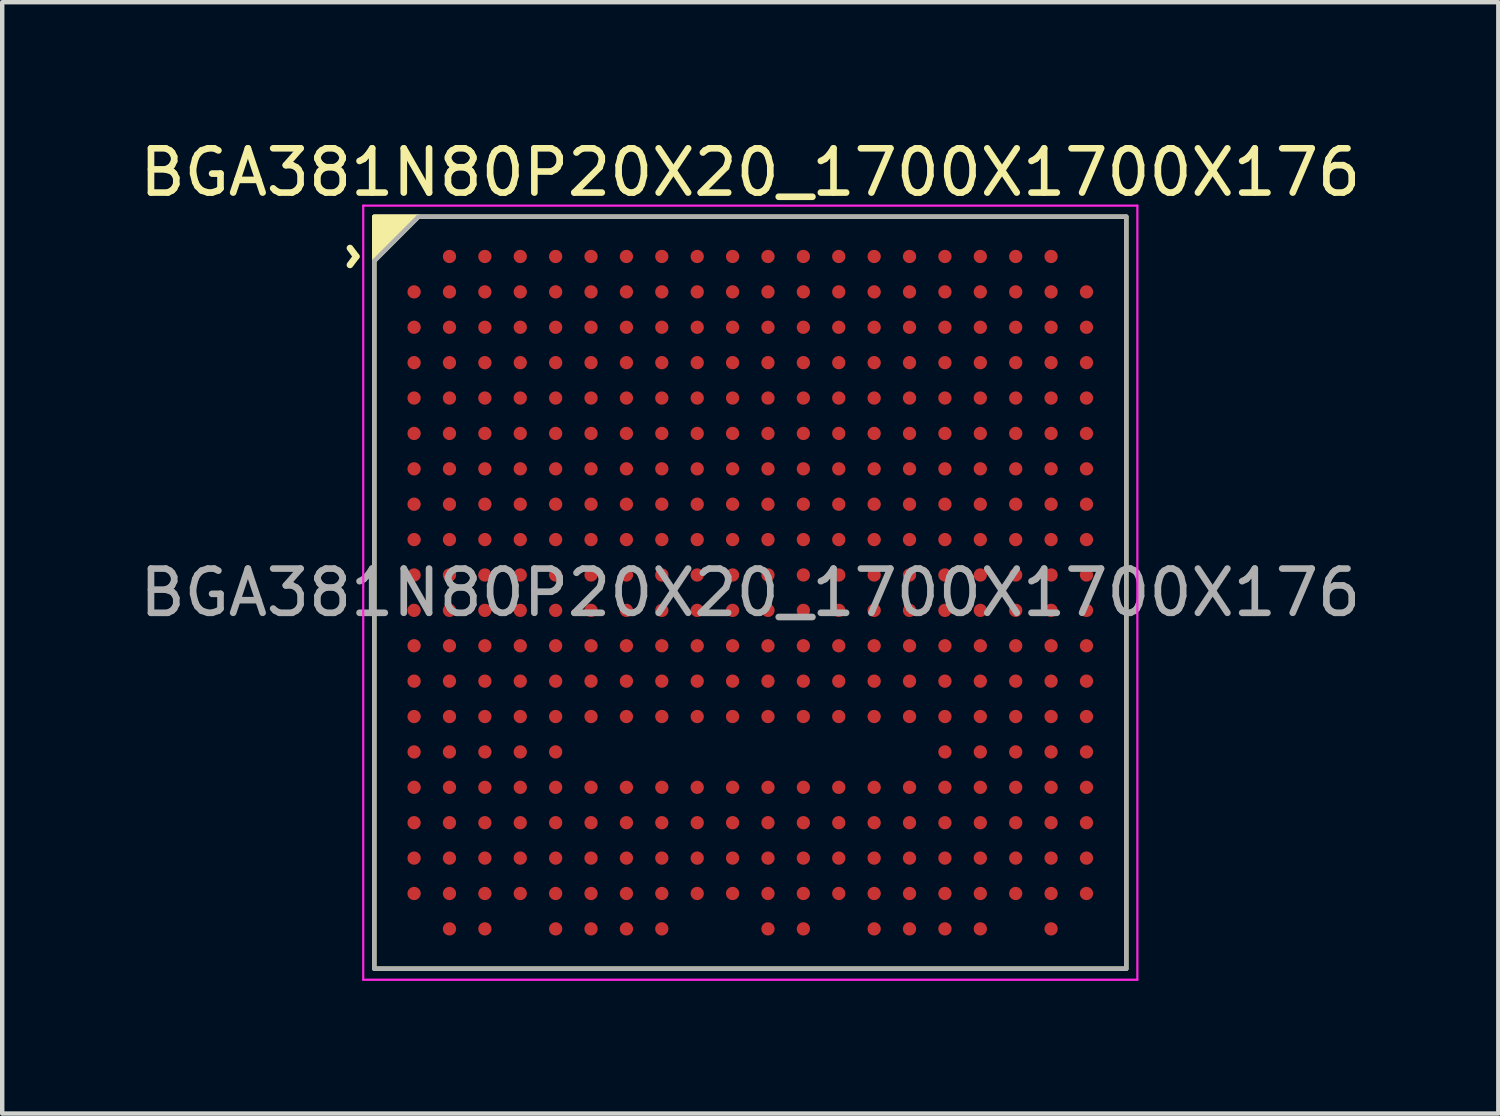
<source format=kicad_pcb>
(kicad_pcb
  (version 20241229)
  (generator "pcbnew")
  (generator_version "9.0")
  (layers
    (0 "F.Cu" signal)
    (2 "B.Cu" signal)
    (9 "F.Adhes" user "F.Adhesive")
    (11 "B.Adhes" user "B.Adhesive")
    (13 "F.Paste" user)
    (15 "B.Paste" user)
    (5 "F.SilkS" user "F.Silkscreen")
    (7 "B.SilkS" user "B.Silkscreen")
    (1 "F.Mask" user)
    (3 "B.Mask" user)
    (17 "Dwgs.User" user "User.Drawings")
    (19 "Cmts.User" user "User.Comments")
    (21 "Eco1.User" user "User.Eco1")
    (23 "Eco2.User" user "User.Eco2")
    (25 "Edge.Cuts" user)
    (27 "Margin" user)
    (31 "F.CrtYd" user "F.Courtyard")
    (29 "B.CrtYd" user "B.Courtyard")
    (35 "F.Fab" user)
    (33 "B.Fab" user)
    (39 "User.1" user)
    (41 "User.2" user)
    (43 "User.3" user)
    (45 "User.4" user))
  (footprint "BGA381N80P20X20_1700X1700X176"
    (layer "F.Cu")
    (at 13.911 10.348)
    (property "Reference" "BGA381N80P20X20_1700X1700X176" (at 0 -9.5 0) (layer "F.SilkS") (effects (font (size 1 1) (thickness 0.15))))
    (attr smd)
    (fp_rect (start -8.5 -8.5) (end 8.5 8.5) (stroke (width 0.1) (type solid)) (fill no) (layer "F.SilkS"))
    (fp_poly (pts (xy -8.5 -7.5) (xy -8.5 -8.5) (xy -7.5 -8.5)) (stroke (width 0.1) (type solid)) (fill yes) (layer "F.SilkS"))
    (fp_line (start -8.75 -8.75) (end 8.75 -8.75) (stroke (width 0.05) (type solid)) (layer "F.CrtYd"))
    (fp_line (start -8.75 8.75) (end -8.75 -8.75) (stroke (width 0.05) (type solid)) (layer "F.CrtYd"))
    (fp_line (start 8.75 -8.75) (end 8.75 8.75) (stroke (width 0.05) (type solid)) (layer "F.CrtYd"))
    (fp_line (start 8.75 8.75) (end -8.75 8.75) (stroke (width 0.05) (type solid)) (layer "F.CrtYd"))
    (fp_line (start -8.5 -7.5) (end -8.5 8.5) (stroke (width 0.1) (type solid)) (layer "F.Fab"))
    (fp_line (start -8.5 8.5) (end 8.5 8.5) (stroke (width 0.1) (type solid)) (layer "F.Fab"))
    (fp_line (start -7.5 -8.5) (end -8.5 -7.5) (stroke (width 0.1) (type solid)) (layer "F.Fab"))
    (fp_line (start 8.5 -8.5) (end -7.5 -8.5) (stroke (width 0.1) (type solid)) (layer "F.Fab"))
    (fp_line (start 8.5 8.5) (end 8.5 -8.5) (stroke (width 0.1) (type solid)) (layer "F.Fab"))
    (fp_text user "^" (at -9.5 -7.6 270) (unlocked yes) (layer "F.SilkS") (effects (font (size 1 1) (thickness 0.15))))
    (fp_text user "${REFERENCE}" (at 0 0 0) (unlocked yes) (layer "F.Fab") (effects (font (size 1 1) (thickness 0.15))))
    (pad "A2" smd circle (at -6.8 -7.6) (size 0.3 0.3) (layers "F.Cu" "F.Mask" "F.Paste"))
    (pad "A3" smd circle (at -6 -7.6) (size 0.3 0.3) (layers "F.Cu" "F.Mask" "F.Paste"))
    (pad "A4" smd circle (at -5.2 -7.6) (size 0.3 0.3) (layers "F.Cu" "F.Mask" "F.Paste"))
    (pad "A5" smd circle (at -4.4 -7.6) (size 0.3 0.3) (layers "F.Cu" "F.Mask" "F.Paste"))
    (pad "A6" smd circle (at -3.6 -7.6) (size 0.3 0.3) (layers "F.Cu" "F.Mask" "F.Paste"))
    (pad "A7" smd circle (at -2.8 -7.6) (size 0.3 0.3) (layers "F.Cu" "F.Mask" "F.Paste"))
    (pad "A8" smd circle (at -2 -7.6) (size 0.3 0.3) (layers "F.Cu" "F.Mask" "F.Paste"))
    (pad "A9" smd circle (at -1.2 -7.6) (size 0.3 0.3) (layers "F.Cu" "F.Mask" "F.Paste"))
    (pad "A10" smd circle (at -0.4 -7.6) (size 0.3 0.3) (layers "F.Cu" "F.Mask" "F.Paste"))
    (pad "A11" smd circle (at 0.4 -7.6) (size 0.3 0.3) (layers "F.Cu" "F.Mask" "F.Paste"))
    (pad "A12" smd circle (at 1.2 -7.6) (size 0.3 0.3) (layers "F.Cu" "F.Mask" "F.Paste"))
    (pad "A13" smd circle (at 2 -7.6) (size 0.3 0.3) (layers "F.Cu" "F.Mask" "F.Paste"))
    (pad "A14" smd circle (at 2.8 -7.6) (size 0.3 0.3) (layers "F.Cu" "F.Mask" "F.Paste"))
    (pad "A15" smd circle (at 3.6 -7.6) (size 0.3 0.3) (layers "F.Cu" "F.Mask" "F.Paste"))
    (pad "A16" smd circle (at 4.4 -7.6) (size 0.3 0.3) (layers "F.Cu" "F.Mask" "F.Paste"))
    (pad "A17" smd circle (at 5.2 -7.6) (size 0.3 0.3) (layers "F.Cu" "F.Mask" "F.Paste"))
    (pad "A18" smd circle (at 6 -7.6) (size 0.3 0.3) (layers "F.Cu" "F.Mask" "F.Paste"))
    (pad "A19" smd circle (at 6.8 -7.6) (size 0.3 0.3) (layers "F.Cu" "F.Mask" "F.Paste"))
    (pad "B1" smd circle (at -7.6 -6.8) (size 0.3 0.3) (layers "F.Cu" "F.Mask" "F.Paste"))
    (pad "B2" smd circle (at -6.8 -6.8) (size 0.3 0.3) (layers "F.Cu" "F.Mask" "F.Paste"))
    (pad "B3" smd circle (at -6 -6.8) (size 0.3 0.3) (layers "F.Cu" "F.Mask" "F.Paste"))
    (pad "B4" smd circle (at -5.2 -6.8) (size 0.3 0.3) (layers "F.Cu" "F.Mask" "F.Paste"))
    (pad "B5" smd circle (at -4.4 -6.8) (size 0.3 0.3) (layers "F.Cu" "F.Mask" "F.Paste"))
    (pad "B6" smd circle (at -3.6 -6.8) (size 0.3 0.3) (layers "F.Cu" "F.Mask" "F.Paste"))
    (pad "B7" smd circle (at -2.8 -6.8) (size 0.3 0.3) (layers "F.Cu" "F.Mask" "F.Paste"))
    (pad "B8" smd circle (at -2 -6.8) (size 0.3 0.3) (layers "F.Cu" "F.Mask" "F.Paste"))
    (pad "B9" smd circle (at -1.2 -6.8) (size 0.3 0.3) (layers "F.Cu" "F.Mask" "F.Paste"))
    (pad "B10" smd circle (at -0.4 -6.8) (size 0.3 0.3) (layers "F.Cu" "F.Mask" "F.Paste"))
    (pad "B11" smd circle (at 0.4 -6.8) (size 0.3 0.3) (layers "F.Cu" "F.Mask" "F.Paste"))
    (pad "B12" smd circle (at 1.2 -6.8) (size 0.3 0.3) (layers "F.Cu" "F.Mask" "F.Paste"))
    (pad "B13" smd circle (at 2 -6.8) (size 0.3 0.3) (layers "F.Cu" "F.Mask" "F.Paste"))
    (pad "B14" smd circle (at 2.8 -6.8) (size 0.3 0.3) (layers "F.Cu" "F.Mask" "F.Paste"))
    (pad "B15" smd circle (at 3.6 -6.8) (size 0.3 0.3) (layers "F.Cu" "F.Mask" "F.Paste"))
    (pad "B16" smd circle (at 4.4 -6.8) (size 0.3 0.3) (layers "F.Cu" "F.Mask" "F.Paste"))
    (pad "B17" smd circle (at 5.2 -6.8) (size 0.3 0.3) (layers "F.Cu" "F.Mask" "F.Paste"))
    (pad "B18" smd circle (at 6 -6.8) (size 0.3 0.3) (layers "F.Cu" "F.Mask" "F.Paste"))
    (pad "B19" smd circle (at 6.8 -6.8) (size 0.3 0.3) (layers "F.Cu" "F.Mask" "F.Paste"))
    (pad "B20" smd circle (at 7.6 -6.8) (size 0.3 0.3) (layers "F.Cu" "F.Mask" "F.Paste"))
    (pad "C1" smd circle (at -7.6 -6) (size 0.3 0.3) (layers "F.Cu" "F.Mask" "F.Paste"))
    (pad "C2" smd circle (at -6.8 -6) (size 0.3 0.3) (layers "F.Cu" "F.Mask" "F.Paste"))
    (pad "C3" smd circle (at -6 -6) (size 0.3 0.3) (layers "F.Cu" "F.Mask" "F.Paste"))
    (pad "C4" smd circle (at -5.2 -6) (size 0.3 0.3) (layers "F.Cu" "F.Mask" "F.Paste"))
    (pad "C5" smd circle (at -4.4 -6) (size 0.3 0.3) (layers "F.Cu" "F.Mask" "F.Paste"))
    (pad "C6" smd circle (at -3.6 -6) (size 0.3 0.3) (layers "F.Cu" "F.Mask" "F.Paste"))
    (pad "C7" smd circle (at -2.8 -6) (size 0.3 0.3) (layers "F.Cu" "F.Mask" "F.Paste"))
    (pad "C8" smd circle (at -2 -6) (size 0.3 0.3) (layers "F.Cu" "F.Mask" "F.Paste"))
    (pad "C9" smd circle (at -1.2 -6) (size 0.3 0.3) (layers "F.Cu" "F.Mask" "F.Paste"))
    (pad "C10" smd circle (at -0.4 -6) (size 0.3 0.3) (layers "F.Cu" "F.Mask" "F.Paste"))
    (pad "C11" smd circle (at 0.4 -6) (size 0.3 0.3) (layers "F.Cu" "F.Mask" "F.Paste"))
    (pad "C12" smd circle (at 1.2 -6) (size 0.3 0.3) (layers "F.Cu" "F.Mask" "F.Paste"))
    (pad "C13" smd circle (at 2 -6) (size 0.3 0.3) (layers "F.Cu" "F.Mask" "F.Paste"))
    (pad "C14" smd circle (at 2.8 -6) (size 0.3 0.3) (layers "F.Cu" "F.Mask" "F.Paste"))
    (pad "C15" smd circle (at 3.6 -6) (size 0.3 0.3) (layers "F.Cu" "F.Mask" "F.Paste"))
    (pad "C16" smd circle (at 4.4 -6) (size 0.3 0.3) (layers "F.Cu" "F.Mask" "F.Paste"))
    (pad "C17" smd circle (at 5.2 -6) (size 0.3 0.3) (layers "F.Cu" "F.Mask" "F.Paste"))
    (pad "C18" smd circle (at 6 -6) (size 0.3 0.3) (layers "F.Cu" "F.Mask" "F.Paste"))
    (pad "C19" smd circle (at 6.8 -6) (size 0.3 0.3) (layers "F.Cu" "F.Mask" "F.Paste"))
    (pad "C20" smd circle (at 7.6 -6) (size 0.3 0.3) (layers "F.Cu" "F.Mask" "F.Paste"))
    (pad "D1" smd circle (at -7.6 -5.2) (size 0.3 0.3) (layers "F.Cu" "F.Mask" "F.Paste"))
    (pad "D2" smd circle (at -6.8 -5.2) (size 0.3 0.3) (layers "F.Cu" "F.Mask" "F.Paste"))
    (pad "D3" smd circle (at -6 -5.2) (size 0.3 0.3) (layers "F.Cu" "F.Mask" "F.Paste"))
    (pad "D4" smd circle (at -5.2 -5.2) (size 0.3 0.3) (layers "F.Cu" "F.Mask" "F.Paste"))
    (pad "D5" smd circle (at -4.4 -5.2) (size 0.3 0.3) (layers "F.Cu" "F.Mask" "F.Paste"))
    (pad "D6" smd circle (at -3.6 -5.2) (size 0.3 0.3) (layers "F.Cu" "F.Mask" "F.Paste"))
    (pad "D7" smd circle (at -2.8 -5.2) (size 0.3 0.3) (layers "F.Cu" "F.Mask" "F.Paste"))
    (pad "D8" smd circle (at -2 -5.2) (size 0.3 0.3) (layers "F.Cu" "F.Mask" "F.Paste"))
    (pad "D9" smd circle (at -1.2 -5.2) (size 0.3 0.3) (layers "F.Cu" "F.Mask" "F.Paste"))
    (pad "D10" smd circle (at -0.4 -5.2) (size 0.3 0.3) (layers "F.Cu" "F.Mask" "F.Paste"))
    (pad "D11" smd circle (at 0.4 -5.2) (size 0.3 0.3) (layers "F.Cu" "F.Mask" "F.Paste"))
    (pad "D12" smd circle (at 1.2 -5.2) (size 0.3 0.3) (layers "F.Cu" "F.Mask" "F.Paste"))
    (pad "D13" smd circle (at 2 -5.2) (size 0.3 0.3) (layers "F.Cu" "F.Mask" "F.Paste"))
    (pad "D14" smd circle (at 2.8 -5.2) (size 0.3 0.3) (layers "F.Cu" "F.Mask" "F.Paste"))
    (pad "D15" smd circle (at 3.6 -5.2) (size 0.3 0.3) (layers "F.Cu" "F.Mask" "F.Paste"))
    (pad "D16" smd circle (at 4.4 -5.2) (size 0.3 0.3) (layers "F.Cu" "F.Mask" "F.Paste"))
    (pad "D17" smd circle (at 5.2 -5.2) (size 0.3 0.3) (layers "F.Cu" "F.Mask" "F.Paste"))
    (pad "D18" smd circle (at 6 -5.2) (size 0.3 0.3) (layers "F.Cu" "F.Mask" "F.Paste"))
    (pad "D19" smd circle (at 6.8 -5.2) (size 0.3 0.3) (layers "F.Cu" "F.Mask" "F.Paste"))
    (pad "D20" smd circle (at 7.6 -5.2) (size 0.3 0.3) (layers "F.Cu" "F.Mask" "F.Paste"))
    (pad "E1" smd circle (at -7.6 -4.4) (size 0.3 0.3) (layers "F.Cu" "F.Mask" "F.Paste"))
    (pad "E2" smd circle (at -6.8 -4.4) (size 0.3 0.3) (layers "F.Cu" "F.Mask" "F.Paste"))
    (pad "E3" smd circle (at -6 -4.4) (size 0.3 0.3) (layers "F.Cu" "F.Mask" "F.Paste"))
    (pad "E4" smd circle (at -5.2 -4.4) (size 0.3 0.3) (layers "F.Cu" "F.Mask" "F.Paste"))
    (pad "E5" smd circle (at -4.4 -4.4) (size 0.3 0.3) (layers "F.Cu" "F.Mask" "F.Paste"))
    (pad "E6" smd circle (at -3.6 -4.4) (size 0.3 0.3) (layers "F.Cu" "F.Mask" "F.Paste"))
    (pad "E7" smd circle (at -2.8 -4.4) (size 0.3 0.3) (layers "F.Cu" "F.Mask" "F.Paste"))
    (pad "E8" smd circle (at -2 -4.4) (size 0.3 0.3) (layers "F.Cu" "F.Mask" "F.Paste"))
    (pad "E9" smd circle (at -1.2 -4.4) (size 0.3 0.3) (layers "F.Cu" "F.Mask" "F.Paste"))
    (pad "E10" smd circle (at -0.4 -4.4) (size 0.3 0.3) (layers "F.Cu" "F.Mask" "F.Paste"))
    (pad "E11" smd circle (at 0.4 -4.4) (size 0.3 0.3) (layers "F.Cu" "F.Mask" "F.Paste"))
    (pad "E12" smd circle (at 1.2 -4.4) (size 0.3 0.3) (layers "F.Cu" "F.Mask" "F.Paste"))
    (pad "E13" smd circle (at 2 -4.4) (size 0.3 0.3) (layers "F.Cu" "F.Mask" "F.Paste"))
    (pad "E14" smd circle (at 2.8 -4.4) (size 0.3 0.3) (layers "F.Cu" "F.Mask" "F.Paste"))
    (pad "E15" smd circle (at 3.6 -4.4) (size 0.3 0.3) (layers "F.Cu" "F.Mask" "F.Paste"))
    (pad "E16" smd circle (at 4.4 -4.4) (size 0.3 0.3) (layers "F.Cu" "F.Mask" "F.Paste"))
    (pad "E17" smd circle (at 5.2 -4.4) (size 0.3 0.3) (layers "F.Cu" "F.Mask" "F.Paste"))
    (pad "E18" smd circle (at 6 -4.4) (size 0.3 0.3) (layers "F.Cu" "F.Mask" "F.Paste"))
    (pad "E19" smd circle (at 6.8 -4.4) (size 0.3 0.3) (layers "F.Cu" "F.Mask" "F.Paste"))
    (pad "E20" smd circle (at 7.6 -4.4) (size 0.3 0.3) (layers "F.Cu" "F.Mask" "F.Paste"))
    (pad "F1" smd circle (at -7.6 -3.6) (size 0.3 0.3) (layers "F.Cu" "F.Mask" "F.Paste"))
    (pad "F2" smd circle (at -6.8 -3.6) (size 0.3 0.3) (layers "F.Cu" "F.Mask" "F.Paste"))
    (pad "F3" smd circle (at -6 -3.6) (size 0.3 0.3) (layers "F.Cu" "F.Mask" "F.Paste"))
    (pad "F4" smd circle (at -5.2 -3.6) (size 0.3 0.3) (layers "F.Cu" "F.Mask" "F.Paste"))
    (pad "F5" smd circle (at -4.4 -3.6) (size 0.3 0.3) (layers "F.Cu" "F.Mask" "F.Paste"))
    (pad "F6" smd circle (at -3.6 -3.6) (size 0.3 0.3) (layers "F.Cu" "F.Mask" "F.Paste"))
    (pad "F7" smd circle (at -2.8 -3.6) (size 0.3 0.3) (layers "F.Cu" "F.Mask" "F.Paste"))
    (pad "F8" smd circle (at -2 -3.6) (size 0.3 0.3) (layers "F.Cu" "F.Mask" "F.Paste"))
    (pad "F9" smd circle (at -1.2 -3.6) (size 0.3 0.3) (layers "F.Cu" "F.Mask" "F.Paste"))
    (pad "F10" smd circle (at -0.4 -3.6) (size 0.3 0.3) (layers "F.Cu" "F.Mask" "F.Paste"))
    (pad "F11" smd circle (at 0.4 -3.6) (size 0.3 0.3) (layers "F.Cu" "F.Mask" "F.Paste"))
    (pad "F12" smd circle (at 1.2 -3.6) (size 0.3 0.3) (layers "F.Cu" "F.Mask" "F.Paste"))
    (pad "F13" smd circle (at 2 -3.6) (size 0.3 0.3) (layers "F.Cu" "F.Mask" "F.Paste"))
    (pad "F14" smd circle (at 2.8 -3.6) (size 0.3 0.3) (layers "F.Cu" "F.Mask" "F.Paste"))
    (pad "F15" smd circle (at 3.6 -3.6) (size 0.3 0.3) (layers "F.Cu" "F.Mask" "F.Paste"))
    (pad "F16" smd circle (at 4.4 -3.6) (size 0.3 0.3) (layers "F.Cu" "F.Mask" "F.Paste"))
    (pad "F17" smd circle (at 5.2 -3.6) (size 0.3 0.3) (layers "F.Cu" "F.Mask" "F.Paste"))
    (pad "F18" smd circle (at 6 -3.6) (size 0.3 0.3) (layers "F.Cu" "F.Mask" "F.Paste"))
    (pad "F19" smd circle (at 6.8 -3.6) (size 0.3 0.3) (layers "F.Cu" "F.Mask" "F.Paste"))
    (pad "F20" smd circle (at 7.6 -3.6) (size 0.3 0.3) (layers "F.Cu" "F.Mask" "F.Paste"))
    (pad "G1" smd circle (at -7.6 -2.8) (size 0.3 0.3) (layers "F.Cu" "F.Mask" "F.Paste"))
    (pad "G2" smd circle (at -6.8 -2.8) (size 0.3 0.3) (layers "F.Cu" "F.Mask" "F.Paste"))
    (pad "G3" smd circle (at -6 -2.8) (size 0.3 0.3) (layers "F.Cu" "F.Mask" "F.Paste"))
    (pad "G4" smd circle (at -5.2 -2.8) (size 0.3 0.3) (layers "F.Cu" "F.Mask" "F.Paste"))
    (pad "G5" smd circle (at -4.4 -2.8) (size 0.3 0.3) (layers "F.Cu" "F.Mask" "F.Paste"))
    (pad "G6" smd circle (at -3.6 -2.8) (size 0.3 0.3) (layers "F.Cu" "F.Mask" "F.Paste"))
    (pad "G7" smd circle (at -2.8 -2.8) (size 0.3 0.3) (layers "F.Cu" "F.Mask" "F.Paste"))
    (pad "G8" smd circle (at -2 -2.8) (size 0.3 0.3) (layers "F.Cu" "F.Mask" "F.Paste"))
    (pad "G9" smd circle (at -1.2 -2.8) (size 0.3 0.3) (layers "F.Cu" "F.Mask" "F.Paste"))
    (pad "G10" smd circle (at -0.4 -2.8) (size 0.3 0.3) (layers "F.Cu" "F.Mask" "F.Paste"))
    (pad "G11" smd circle (at 0.4 -2.8) (size 0.3 0.3) (layers "F.Cu" "F.Mask" "F.Paste"))
    (pad "G12" smd circle (at 1.2 -2.8) (size 0.3 0.3) (layers "F.Cu" "F.Mask" "F.Paste"))
    (pad "G13" smd circle (at 2 -2.8) (size 0.3 0.3) (layers "F.Cu" "F.Mask" "F.Paste"))
    (pad "G14" smd circle (at 2.8 -2.8) (size 0.3 0.3) (layers "F.Cu" "F.Mask" "F.Paste"))
    (pad "G15" smd circle (at 3.6 -2.8) (size 0.3 0.3) (layers "F.Cu" "F.Mask" "F.Paste"))
    (pad "G16" smd circle (at 4.4 -2.8) (size 0.3 0.3) (layers "F.Cu" "F.Mask" "F.Paste"))
    (pad "G17" smd circle (at 5.2 -2.8) (size 0.3 0.3) (layers "F.Cu" "F.Mask" "F.Paste"))
    (pad "G18" smd circle (at 6 -2.8) (size 0.3 0.3) (layers "F.Cu" "F.Mask" "F.Paste"))
    (pad "G19" smd circle (at 6.8 -2.8) (size 0.3 0.3) (layers "F.Cu" "F.Mask" "F.Paste"))
    (pad "G20" smd circle (at 7.6 -2.8) (size 0.3 0.3) (layers "F.Cu" "F.Mask" "F.Paste"))
    (pad "H1" smd circle (at -7.6 -2) (size 0.3 0.3) (layers "F.Cu" "F.Mask" "F.Paste"))
    (pad "H2" smd circle (at -6.8 -2) (size 0.3 0.3) (layers "F.Cu" "F.Mask" "F.Paste"))
    (pad "H3" smd circle (at -6 -2) (size 0.3 0.3) (layers "F.Cu" "F.Mask" "F.Paste"))
    (pad "H4" smd circle (at -5.2 -2) (size 0.3 0.3) (layers "F.Cu" "F.Mask" "F.Paste"))
    (pad "H5" smd circle (at -4.4 -2) (size 0.3 0.3) (layers "F.Cu" "F.Mask" "F.Paste"))
    (pad "H6" smd circle (at -3.6 -2) (size 0.3 0.3) (layers "F.Cu" "F.Mask" "F.Paste"))
    (pad "H7" smd circle (at -2.8 -2) (size 0.3 0.3) (layers "F.Cu" "F.Mask" "F.Paste"))
    (pad "H8" smd circle (at -2 -2) (size 0.3 0.3) (layers "F.Cu" "F.Mask" "F.Paste"))
    (pad "H9" smd circle (at -1.2 -2) (size 0.3 0.3) (layers "F.Cu" "F.Mask" "F.Paste"))
    (pad "H10" smd circle (at -0.4 -2) (size 0.3 0.3) (layers "F.Cu" "F.Mask" "F.Paste"))
    (pad "H11" smd circle (at 0.4 -2) (size 0.3 0.3) (layers "F.Cu" "F.Mask" "F.Paste"))
    (pad "H12" smd circle (at 1.2 -2) (size 0.3 0.3) (layers "F.Cu" "F.Mask" "F.Paste"))
    (pad "H13" smd circle (at 2 -2) (size 0.3 0.3) (layers "F.Cu" "F.Mask" "F.Paste"))
    (pad "H14" smd circle (at 2.8 -2) (size 0.3 0.3) (layers "F.Cu" "F.Mask" "F.Paste"))
    (pad "H15" smd circle (at 3.6 -2) (size 0.3 0.3) (layers "F.Cu" "F.Mask" "F.Paste"))
    (pad "H16" smd circle (at 4.4 -2) (size 0.3 0.3) (layers "F.Cu" "F.Mask" "F.Paste"))
    (pad "H17" smd circle (at 5.2 -2) (size 0.3 0.3) (layers "F.Cu" "F.Mask" "F.Paste"))
    (pad "H18" smd circle (at 6 -2) (size 0.3 0.3) (layers "F.Cu" "F.Mask" "F.Paste"))
    (pad "H19" smd circle (at 6.8 -2) (size 0.3 0.3) (layers "F.Cu" "F.Mask" "F.Paste"))
    (pad "H20" smd circle (at 7.6 -2) (size 0.3 0.3) (layers "F.Cu" "F.Mask" "F.Paste"))
    (pad "J1" smd circle (at -7.6 -1.2) (size 0.3 0.3) (layers "F.Cu" "F.Mask" "F.Paste"))
    (pad "J2" smd circle (at -6.8 -1.2) (size 0.3 0.3) (layers "F.Cu" "F.Mask" "F.Paste"))
    (pad "J3" smd circle (at -6 -1.2) (size 0.3 0.3) (layers "F.Cu" "F.Mask" "F.Paste"))
    (pad "J4" smd circle (at -5.2 -1.2) (size 0.3 0.3) (layers "F.Cu" "F.Mask" "F.Paste"))
    (pad "J5" smd circle (at -4.4 -1.2) (size 0.3 0.3) (layers "F.Cu" "F.Mask" "F.Paste"))
    (pad "J6" smd circle (at -3.6 -1.2) (size 0.3 0.3) (layers "F.Cu" "F.Mask" "F.Paste"))
    (pad "J7" smd circle (at -2.8 -1.2) (size 0.3 0.3) (layers "F.Cu" "F.Mask" "F.Paste"))
    (pad "J8" smd circle (at -2 -1.2) (size 0.3 0.3) (layers "F.Cu" "F.Mask" "F.Paste"))
    (pad "J9" smd circle (at -1.2 -1.2) (size 0.3 0.3) (layers "F.Cu" "F.Mask" "F.Paste"))
    (pad "J10" smd circle (at -0.4 -1.2) (size 0.3 0.3) (layers "F.Cu" "F.Mask" "F.Paste"))
    (pad "J11" smd circle (at 0.4 -1.2) (size 0.3 0.3) (layers "F.Cu" "F.Mask" "F.Paste"))
    (pad "J12" smd circle (at 1.2 -1.2) (size 0.3 0.3) (layers "F.Cu" "F.Mask" "F.Paste"))
    (pad "J13" smd circle (at 2 -1.2) (size 0.3 0.3) (layers "F.Cu" "F.Mask" "F.Paste"))
    (pad "J14" smd circle (at 2.8 -1.2) (size 0.3 0.3) (layers "F.Cu" "F.Mask" "F.Paste"))
    (pad "J15" smd circle (at 3.6 -1.2) (size 0.3 0.3) (layers "F.Cu" "F.Mask" "F.Paste"))
    (pad "J16" smd circle (at 4.4 -1.2) (size 0.3 0.3) (layers "F.Cu" "F.Mask" "F.Paste"))
    (pad "J17" smd circle (at 5.2 -1.2) (size 0.3 0.3) (layers "F.Cu" "F.Mask" "F.Paste"))
    (pad "J18" smd circle (at 6 -1.2) (size 0.3 0.3) (layers "F.Cu" "F.Mask" "F.Paste"))
    (pad "J19" smd circle (at 6.8 -1.2) (size 0.3 0.3) (layers "F.Cu" "F.Mask" "F.Paste"))
    (pad "J20" smd circle (at 7.6 -1.2) (size 0.3 0.3) (layers "F.Cu" "F.Mask" "F.Paste"))
    (pad "K1" smd circle (at -7.6 -0.4) (size 0.3 0.3) (layers "F.Cu" "F.Mask" "F.Paste"))
    (pad "K2" smd circle (at -6.8 -0.4) (size 0.3 0.3) (layers "F.Cu" "F.Mask" "F.Paste"))
    (pad "K3" smd circle (at -6 -0.4) (size 0.3 0.3) (layers "F.Cu" "F.Mask" "F.Paste"))
    (pad "K4" smd circle (at -5.2 -0.4) (size 0.3 0.3) (layers "F.Cu" "F.Mask" "F.Paste"))
    (pad "K5" smd circle (at -4.4 -0.4) (size 0.3 0.3) (layers "F.Cu" "F.Mask" "F.Paste"))
    (pad "K6" smd circle (at -3.6 -0.4) (size 0.3 0.3) (layers "F.Cu" "F.Mask" "F.Paste"))
    (pad "K7" smd circle (at -2.8 -0.4) (size 0.3 0.3) (layers "F.Cu" "F.Mask" "F.Paste"))
    (pad "K8" smd circle (at -2 -0.4) (size 0.3 0.3) (layers "F.Cu" "F.Mask" "F.Paste"))
    (pad "K9" smd circle (at -1.2 -0.4) (size 0.3 0.3) (layers "F.Cu" "F.Mask" "F.Paste"))
    (pad "K10" smd circle (at -0.4 -0.4) (size 0.3 0.3) (layers "F.Cu" "F.Mask" "F.Paste"))
    (pad "K11" smd circle (at 0.4 -0.4) (size 0.3 0.3) (layers "F.Cu" "F.Mask" "F.Paste"))
    (pad "K12" smd circle (at 1.2 -0.4) (size 0.3 0.3) (layers "F.Cu" "F.Mask" "F.Paste"))
    (pad "K13" smd circle (at 2 -0.4) (size 0.3 0.3) (layers "F.Cu" "F.Mask" "F.Paste"))
    (pad "K14" smd circle (at 2.8 -0.4) (size 0.3 0.3) (layers "F.Cu" "F.Mask" "F.Paste"))
    (pad "K15" smd circle (at 3.6 -0.4) (size 0.3 0.3) (layers "F.Cu" "F.Mask" "F.Paste"))
    (pad "K16" smd circle (at 4.4 -0.4) (size 0.3 0.3) (layers "F.Cu" "F.Mask" "F.Paste"))
    (pad "K17" smd circle (at 5.2 -0.4) (size 0.3 0.3) (layers "F.Cu" "F.Mask" "F.Paste"))
    (pad "K18" smd circle (at 6 -0.4) (size 0.3 0.3) (layers "F.Cu" "F.Mask" "F.Paste"))
    (pad "K19" smd circle (at 6.8 -0.4) (size 0.3 0.3) (layers "F.Cu" "F.Mask" "F.Paste"))
    (pad "K20" smd circle (at 7.6 -0.4) (size 0.3 0.3) (layers "F.Cu" "F.Mask" "F.Paste"))
    (pad "L1" smd circle (at -7.6 0.4) (size 0.3 0.3) (layers "F.Cu" "F.Mask" "F.Paste"))
    (pad "L2" smd circle (at -6.8 0.4) (size 0.3 0.3) (layers "F.Cu" "F.Mask" "F.Paste"))
    (pad "L3" smd circle (at -6 0.4) (size 0.3 0.3) (layers "F.Cu" "F.Mask" "F.Paste"))
    (pad "L4" smd circle (at -5.2 0.4) (size 0.3 0.3) (layers "F.Cu" "F.Mask" "F.Paste"))
    (pad "L5" smd circle (at -4.4 0.4) (size 0.3 0.3) (layers "F.Cu" "F.Mask" "F.Paste"))
    (pad "L6" smd circle (at -3.6 0.4) (size 0.3 0.3) (layers "F.Cu" "F.Mask" "F.Paste"))
    (pad "L7" smd circle (at -2.8 0.4) (size 0.3 0.3) (layers "F.Cu" "F.Mask" "F.Paste"))
    (pad "L8" smd circle (at -2 0.4) (size 0.3 0.3) (layers "F.Cu" "F.Mask" "F.Paste"))
    (pad "L9" smd circle (at -1.2 0.4) (size 0.3 0.3) (layers "F.Cu" "F.Mask" "F.Paste"))
    (pad "L10" smd circle (at -0.4 0.4) (size 0.3 0.3) (layers "F.Cu" "F.Mask" "F.Paste"))
    (pad "L11" smd circle (at 0.4 0.4) (size 0.3 0.3) (layers "F.Cu" "F.Mask" "F.Paste"))
    (pad "L12" smd circle (at 1.2 0.4) (size 0.3 0.3) (layers "F.Cu" "F.Mask" "F.Paste"))
    (pad "L13" smd circle (at 2 0.4) (size 0.3 0.3) (layers "F.Cu" "F.Mask" "F.Paste"))
    (pad "L14" smd circle (at 2.8 0.4) (size 0.3 0.3) (layers "F.Cu" "F.Mask" "F.Paste"))
    (pad "L15" smd circle (at 3.6 0.4) (size 0.3 0.3) (layers "F.Cu" "F.Mask" "F.Paste"))
    (pad "L16" smd circle (at 4.4 0.4) (size 0.3 0.3) (layers "F.Cu" "F.Mask" "F.Paste"))
    (pad "L17" smd circle (at 5.2 0.4) (size 0.3 0.3) (layers "F.Cu" "F.Mask" "F.Paste"))
    (pad "L18" smd circle (at 6 0.4) (size 0.3 0.3) (layers "F.Cu" "F.Mask" "F.Paste"))
    (pad "L19" smd circle (at 6.8 0.4) (size 0.3 0.3) (layers "F.Cu" "F.Mask" "F.Paste"))
    (pad "L20" smd circle (at 7.6 0.4) (size 0.3 0.3) (layers "F.Cu" "F.Mask" "F.Paste"))
    (pad "M1" smd circle (at -7.6 1.2) (size 0.3 0.3) (layers "F.Cu" "F.Mask" "F.Paste"))
    (pad "M2" smd circle (at -6.8 1.2) (size 0.3 0.3) (layers "F.Cu" "F.Mask" "F.Paste"))
    (pad "M3" smd circle (at -6 1.2) (size 0.3 0.3) (layers "F.Cu" "F.Mask" "F.Paste"))
    (pad "M4" smd circle (at -5.2 1.2) (size 0.3 0.3) (layers "F.Cu" "F.Mask" "F.Paste"))
    (pad "M5" smd circle (at -4.4 1.2) (size 0.3 0.3) (layers "F.Cu" "F.Mask" "F.Paste"))
    (pad "M6" smd circle (at -3.6 1.2) (size 0.3 0.3) (layers "F.Cu" "F.Mask" "F.Paste"))
    (pad "M7" smd circle (at -2.8 1.2) (size 0.3 0.3) (layers "F.Cu" "F.Mask" "F.Paste"))
    (pad "M8" smd circle (at -2 1.2) (size 0.3 0.3) (layers "F.Cu" "F.Mask" "F.Paste"))
    (pad "M9" smd circle (at -1.2 1.2) (size 0.3 0.3) (layers "F.Cu" "F.Mask" "F.Paste"))
    (pad "M10" smd circle (at -0.4 1.2) (size 0.3 0.3) (layers "F.Cu" "F.Mask" "F.Paste"))
    (pad "M11" smd circle (at 0.4 1.2) (size 0.3 0.3) (layers "F.Cu" "F.Mask" "F.Paste"))
    (pad "M12" smd circle (at 1.2 1.2) (size 0.3 0.3) (layers "F.Cu" "F.Mask" "F.Paste"))
    (pad "M13" smd circle (at 2 1.2) (size 0.3 0.3) (layers "F.Cu" "F.Mask" "F.Paste"))
    (pad "M14" smd circle (at 2.8 1.2) (size 0.3 0.3) (layers "F.Cu" "F.Mask" "F.Paste"))
    (pad "M15" smd circle (at 3.6 1.2) (size 0.3 0.3) (layers "F.Cu" "F.Mask" "F.Paste"))
    (pad "M16" smd circle (at 4.4 1.2) (size 0.3 0.3) (layers "F.Cu" "F.Mask" "F.Paste"))
    (pad "M17" smd circle (at 5.2 1.2) (size 0.3 0.3) (layers "F.Cu" "F.Mask" "F.Paste"))
    (pad "M18" smd circle (at 6 1.2) (size 0.3 0.3) (layers "F.Cu" "F.Mask" "F.Paste"))
    (pad "M19" smd circle (at 6.8 1.2) (size 0.3 0.3) (layers "F.Cu" "F.Mask" "F.Paste"))
    (pad "M20" smd circle (at 7.6 1.2) (size 0.3 0.3) (layers "F.Cu" "F.Mask" "F.Paste"))
    (pad "N1" smd circle (at -7.6 2) (size 0.3 0.3) (layers "F.Cu" "F.Mask" "F.Paste"))
    (pad "N2" smd circle (at -6.8 2) (size 0.3 0.3) (layers "F.Cu" "F.Mask" "F.Paste"))
    (pad "N3" smd circle (at -6 2) (size 0.3 0.3) (layers "F.Cu" "F.Mask" "F.Paste"))
    (pad "N4" smd circle (at -5.2 2) (size 0.3 0.3) (layers "F.Cu" "F.Mask" "F.Paste"))
    (pad "N5" smd circle (at -4.4 2) (size 0.3 0.3) (layers "F.Cu" "F.Mask" "F.Paste"))
    (pad "N6" smd circle (at -3.6 2) (size 0.3 0.3) (layers "F.Cu" "F.Mask" "F.Paste"))
    (pad "N7" smd circle (at -2.8 2) (size 0.3 0.3) (layers "F.Cu" "F.Mask" "F.Paste"))
    (pad "N8" smd circle (at -2 2) (size 0.3 0.3) (layers "F.Cu" "F.Mask" "F.Paste"))
    (pad "N9" smd circle (at -1.2 2) (size 0.3 0.3) (layers "F.Cu" "F.Mask" "F.Paste"))
    (pad "N10" smd circle (at -0.4 2) (size 0.3 0.3) (layers "F.Cu" "F.Mask" "F.Paste"))
    (pad "N11" smd circle (at 0.4 2) (size 0.3 0.3) (layers "F.Cu" "F.Mask" "F.Paste"))
    (pad "N12" smd circle (at 1.2 2) (size 0.3 0.3) (layers "F.Cu" "F.Mask" "F.Paste"))
    (pad "N13" smd circle (at 2 2) (size 0.3 0.3) (layers "F.Cu" "F.Mask" "F.Paste"))
    (pad "N14" smd circle (at 2.8 2) (size 0.3 0.3) (layers "F.Cu" "F.Mask" "F.Paste"))
    (pad "N15" smd circle (at 3.6 2) (size 0.3 0.3) (layers "F.Cu" "F.Mask" "F.Paste"))
    (pad "N16" smd circle (at 4.4 2) (size 0.3 0.3) (layers "F.Cu" "F.Mask" "F.Paste"))
    (pad "N17" smd circle (at 5.2 2) (size 0.3 0.3) (layers "F.Cu" "F.Mask" "F.Paste"))
    (pad "N18" smd circle (at 6 2) (size 0.3 0.3) (layers "F.Cu" "F.Mask" "F.Paste"))
    (pad "N19" smd circle (at 6.8 2) (size 0.3 0.3) (layers "F.Cu" "F.Mask" "F.Paste"))
    (pad "N20" smd circle (at 7.6 2) (size 0.3 0.3) (layers "F.Cu" "F.Mask" "F.Paste"))
    (pad "P1" smd circle (at -7.6 2.8) (size 0.3 0.3) (layers "F.Cu" "F.Mask" "F.Paste"))
    (pad "P2" smd circle (at -6.8 2.8) (size 0.3 0.3) (layers "F.Cu" "F.Mask" "F.Paste"))
    (pad "P3" smd circle (at -6 2.8) (size 0.3 0.3) (layers "F.Cu" "F.Mask" "F.Paste"))
    (pad "P4" smd circle (at -5.2 2.8) (size 0.3 0.3) (layers "F.Cu" "F.Mask" "F.Paste"))
    (pad "P5" smd circle (at -4.4 2.8) (size 0.3 0.3) (layers "F.Cu" "F.Mask" "F.Paste"))
    (pad "P6" smd circle (at -3.6 2.8) (size 0.3 0.3) (layers "F.Cu" "F.Mask" "F.Paste"))
    (pad "P7" smd circle (at -2.8 2.8) (size 0.3 0.3) (layers "F.Cu" "F.Mask" "F.Paste"))
    (pad "P8" smd circle (at -2 2.8) (size 0.3 0.3) (layers "F.Cu" "F.Mask" "F.Paste"))
    (pad "P9" smd circle (at -1.2 2.8) (size 0.3 0.3) (layers "F.Cu" "F.Mask" "F.Paste"))
    (pad "P10" smd circle (at -0.4 2.8) (size 0.3 0.3) (layers "F.Cu" "F.Mask" "F.Paste"))
    (pad "P11" smd circle (at 0.4 2.8) (size 0.3 0.3) (layers "F.Cu" "F.Mask" "F.Paste"))
    (pad "P12" smd circle (at 1.2 2.8) (size 0.3 0.3) (layers "F.Cu" "F.Mask" "F.Paste"))
    (pad "P13" smd circle (at 2 2.8) (size 0.3 0.3) (layers "F.Cu" "F.Mask" "F.Paste"))
    (pad "P14" smd circle (at 2.8 2.8) (size 0.3 0.3) (layers "F.Cu" "F.Mask" "F.Paste"))
    (pad "P15" smd circle (at 3.6 2.8) (size 0.3 0.3) (layers "F.Cu" "F.Mask" "F.Paste"))
    (pad "P16" smd circle (at 4.4 2.8) (size 0.3 0.3) (layers "F.Cu" "F.Mask" "F.Paste"))
    (pad "P17" smd circle (at 5.2 2.8) (size 0.3 0.3) (layers "F.Cu" "F.Mask" "F.Paste"))
    (pad "P18" smd circle (at 6 2.8) (size 0.3 0.3) (layers "F.Cu" "F.Mask" "F.Paste"))
    (pad "P19" smd circle (at 6.8 2.8) (size 0.3 0.3) (layers "F.Cu" "F.Mask" "F.Paste"))
    (pad "P20" smd circle (at 7.6 2.8) (size 0.3 0.3) (layers "F.Cu" "F.Mask" "F.Paste"))
    (pad "R1" smd circle (at -7.6 3.6) (size 0.3 0.3) (layers "F.Cu" "F.Mask" "F.Paste"))
    (pad "R2" smd circle (at -6.8 3.6) (size 0.3 0.3) (layers "F.Cu" "F.Mask" "F.Paste"))
    (pad "R3" smd circle (at -6 3.6) (size 0.3 0.3) (layers "F.Cu" "F.Mask" "F.Paste"))
    (pad "R4" smd circle (at -5.2 3.6) (size 0.3 0.3) (layers "F.Cu" "F.Mask" "F.Paste"))
    (pad "R5" smd circle (at -4.4 3.6) (size 0.3 0.3) (layers "F.Cu" "F.Mask" "F.Paste"))
    (pad "R16" smd circle (at 4.4 3.6) (size 0.3 0.3) (layers "F.Cu" "F.Mask" "F.Paste"))
    (pad "R17" smd circle (at 5.2 3.6) (size 0.3 0.3) (layers "F.Cu" "F.Mask" "F.Paste"))
    (pad "R18" smd circle (at 6 3.6) (size 0.3 0.3) (layers "F.Cu" "F.Mask" "F.Paste"))
    (pad "R19" smd circle (at 6.8 3.6) (size 0.3 0.3) (layers "F.Cu" "F.Mask" "F.Paste"))
    (pad "R20" smd circle (at 7.6 3.6) (size 0.3 0.3) (layers "F.Cu" "F.Mask" "F.Paste"))
    (pad "T1" smd circle (at -7.6 4.4) (size 0.3 0.3) (layers "F.Cu" "F.Mask" "F.Paste"))
    (pad "T2" smd circle (at -6.8 4.4) (size 0.3 0.3) (layers "F.Cu" "F.Mask" "F.Paste"))
    (pad "T3" smd circle (at -6 4.4) (size 0.3 0.3) (layers "F.Cu" "F.Mask" "F.Paste"))
    (pad "T4" smd circle (at -5.2 4.4) (size 0.3 0.3) (layers "F.Cu" "F.Mask" "F.Paste"))
    (pad "T5" smd circle (at -4.4 4.4) (size 0.3 0.3) (layers "F.Cu" "F.Mask" "F.Paste"))
    (pad "T6" smd circle (at -3.6 4.4) (size 0.3 0.3) (layers "F.Cu" "F.Mask" "F.Paste"))
    (pad "T7" smd circle (at -2.8 4.4) (size 0.3 0.3) (layers "F.Cu" "F.Mask" "F.Paste"))
    (pad "T8" smd circle (at -2 4.4) (size 0.3 0.3) (layers "F.Cu" "F.Mask" "F.Paste"))
    (pad "T9" smd circle (at -1.2 4.4) (size 0.3 0.3) (layers "F.Cu" "F.Mask" "F.Paste"))
    (pad "T10" smd circle (at -0.4 4.4) (size 0.3 0.3) (layers "F.Cu" "F.Mask" "F.Paste"))
    (pad "T11" smd circle (at 0.4 4.4) (size 0.3 0.3) (layers "F.Cu" "F.Mask" "F.Paste"))
    (pad "T12" smd circle (at 1.2 4.4) (size 0.3 0.3) (layers "F.Cu" "F.Mask" "F.Paste"))
    (pad "T13" smd circle (at 2 4.4) (size 0.3 0.3) (layers "F.Cu" "F.Mask" "F.Paste"))
    (pad "T14" smd circle (at 2.8 4.4) (size 0.3 0.3) (layers "F.Cu" "F.Mask" "F.Paste"))
    (pad "T15" smd circle (at 3.6 4.4) (size 0.3 0.3) (layers "F.Cu" "F.Mask" "F.Paste"))
    (pad "T16" smd circle (at 4.4 4.4) (size 0.3 0.3) (layers "F.Cu" "F.Mask" "F.Paste"))
    (pad "T17" smd circle (at 5.2 4.4) (size 0.3 0.3) (layers "F.Cu" "F.Mask" "F.Paste"))
    (pad "T18" smd circle (at 6 4.4) (size 0.3 0.3) (layers "F.Cu" "F.Mask" "F.Paste"))
    (pad "T19" smd circle (at 6.8 4.4) (size 0.3 0.3) (layers "F.Cu" "F.Mask" "F.Paste"))
    (pad "T20" smd circle (at 7.6 4.4) (size 0.3 0.3) (layers "F.Cu" "F.Mask" "F.Paste"))
    (pad "U1" smd circle (at -7.6 5.2) (size 0.3 0.3) (layers "F.Cu" "F.Mask" "F.Paste"))
    (pad "U2" smd circle (at -6.8 5.2) (size 0.3 0.3) (layers "F.Cu" "F.Mask" "F.Paste"))
    (pad "U3" smd circle (at -6 5.2) (size 0.3 0.3) (layers "F.Cu" "F.Mask" "F.Paste"))
    (pad "U4" smd circle (at -5.2 5.2) (size 0.3 0.3) (layers "F.Cu" "F.Mask" "F.Paste"))
    (pad "U5" smd circle (at -4.4 5.2) (size 0.3 0.3) (layers "F.Cu" "F.Mask" "F.Paste"))
    (pad "U6" smd circle (at -3.6 5.2) (size 0.3 0.3) (layers "F.Cu" "F.Mask" "F.Paste"))
    (pad "U7" smd circle (at -2.8 5.2) (size 0.3 0.3) (layers "F.Cu" "F.Mask" "F.Paste"))
    (pad "U8" smd circle (at -2 5.2) (size 0.3 0.3) (layers "F.Cu" "F.Mask" "F.Paste"))
    (pad "U9" smd circle (at -1.2 5.2) (size 0.3 0.3) (layers "F.Cu" "F.Mask" "F.Paste"))
    (pad "U10" smd circle (at -0.4 5.2) (size 0.3 0.3) (layers "F.Cu" "F.Mask" "F.Paste"))
    (pad "U11" smd circle (at 0.4 5.2) (size 0.3 0.3) (layers "F.Cu" "F.Mask" "F.Paste"))
    (pad "U12" smd circle (at 1.2 5.2) (size 0.3 0.3) (layers "F.Cu" "F.Mask" "F.Paste"))
    (pad "U13" smd circle (at 2 5.2) (size 0.3 0.3) (layers "F.Cu" "F.Mask" "F.Paste"))
    (pad "U14" smd circle (at 2.8 5.2) (size 0.3 0.3) (layers "F.Cu" "F.Mask" "F.Paste"))
    (pad "U15" smd circle (at 3.6 5.2) (size 0.3 0.3) (layers "F.Cu" "F.Mask" "F.Paste"))
    (pad "U16" smd circle (at 4.4 5.2) (size 0.3 0.3) (layers "F.Cu" "F.Mask" "F.Paste"))
    (pad "U17" smd circle (at 5.2 5.2) (size 0.3 0.3) (layers "F.Cu" "F.Mask" "F.Paste"))
    (pad "U18" smd circle (at 6 5.2) (size 0.3 0.3) (layers "F.Cu" "F.Mask" "F.Paste"))
    (pad "U19" smd circle (at 6.8 5.2) (size 0.3 0.3) (layers "F.Cu" "F.Mask" "F.Paste"))
    (pad "U20" smd circle (at 7.6 5.2) (size 0.3 0.3) (layers "F.Cu" "F.Mask" "F.Paste"))
    (pad "V1" smd circle (at -7.6 6) (size 0.3 0.3) (layers "F.Cu" "F.Mask" "F.Paste"))
    (pad "V2" smd circle (at -6.8 6) (size 0.3 0.3) (layers "F.Cu" "F.Mask" "F.Paste"))
    (pad "V3" smd circle (at -6 6) (size 0.3 0.3) (layers "F.Cu" "F.Mask" "F.Paste"))
    (pad "V4" smd circle (at -5.2 6) (size 0.3 0.3) (layers "F.Cu" "F.Mask" "F.Paste"))
    (pad "V5" smd circle (at -4.4 6) (size 0.3 0.3) (layers "F.Cu" "F.Mask" "F.Paste"))
    (pad "V6" smd circle (at -3.6 6) (size 0.3 0.3) (layers "F.Cu" "F.Mask" "F.Paste"))
    (pad "V7" smd circle (at -2.8 6) (size 0.3 0.3) (layers "F.Cu" "F.Mask" "F.Paste"))
    (pad "V8" smd circle (at -2 6) (size 0.3 0.3) (layers "F.Cu" "F.Mask" "F.Paste"))
    (pad "V9" smd circle (at -1.2 6) (size 0.3 0.3) (layers "F.Cu" "F.Mask" "F.Paste"))
    (pad "V10" smd circle (at -0.4 6) (size 0.3 0.3) (layers "F.Cu" "F.Mask" "F.Paste"))
    (pad "V11" smd circle (at 0.4 6) (size 0.3 0.3) (layers "F.Cu" "F.Mask" "F.Paste"))
    (pad "V12" smd circle (at 1.2 6) (size 0.3 0.3) (layers "F.Cu" "F.Mask" "F.Paste"))
    (pad "V13" smd circle (at 2 6) (size 0.3 0.3) (layers "F.Cu" "F.Mask" "F.Paste"))
    (pad "V14" smd circle (at 2.8 6) (size 0.3 0.3) (layers "F.Cu" "F.Mask" "F.Paste"))
    (pad "V15" smd circle (at 3.6 6) (size 0.3 0.3) (layers "F.Cu" "F.Mask" "F.Paste"))
    (pad "V16" smd circle (at 4.4 6) (size 0.3 0.3) (layers "F.Cu" "F.Mask" "F.Paste"))
    (pad "V17" smd circle (at 5.2 6) (size 0.3 0.3) (layers "F.Cu" "F.Mask" "F.Paste"))
    (pad "V18" smd circle (at 6 6) (size 0.3 0.3) (layers "F.Cu" "F.Mask" "F.Paste"))
    (pad "V19" smd circle (at 6.8 6) (size 0.3 0.3) (layers "F.Cu" "F.Mask" "F.Paste"))
    (pad "V20" smd circle (at 7.6 6) (size 0.3 0.3) (layers "F.Cu" "F.Mask" "F.Paste"))
    (pad "W1" smd circle (at -7.6 6.8) (size 0.3 0.3) (layers "F.Cu" "F.Mask" "F.Paste"))
    (pad "W2" smd circle (at -6.8 6.8) (size 0.3 0.3) (layers "F.Cu" "F.Mask" "F.Paste"))
    (pad "W3" smd circle (at -6 6.8) (size 0.3 0.3) (layers "F.Cu" "F.Mask" "F.Paste"))
    (pad "W4" smd circle (at -5.2 6.8) (size 0.3 0.3) (layers "F.Cu" "F.Mask" "F.Paste"))
    (pad "W5" smd circle (at -4.4 6.8) (size 0.3 0.3) (layers "F.Cu" "F.Mask" "F.Paste"))
    (pad "W6" smd circle (at -3.6 6.8) (size 0.3 0.3) (layers "F.Cu" "F.Mask" "F.Paste"))
    (pad "W7" smd circle (at -2.8 6.8) (size 0.3 0.3) (layers "F.Cu" "F.Mask" "F.Paste"))
    (pad "W8" smd circle (at -2 6.8) (size 0.3 0.3) (layers "F.Cu" "F.Mask" "F.Paste"))
    (pad "W9" smd circle (at -1.2 6.8) (size 0.3 0.3) (layers "F.Cu" "F.Mask" "F.Paste"))
    (pad "W10" smd circle (at -0.4 6.8) (size 0.3 0.3) (layers "F.Cu" "F.Mask" "F.Paste"))
    (pad "W11" smd circle (at 0.4 6.8) (size 0.3 0.3) (layers "F.Cu" "F.Mask" "F.Paste"))
    (pad "W12" smd circle (at 1.2 6.8) (size 0.3 0.3) (layers "F.Cu" "F.Mask" "F.Paste"))
    (pad "W13" smd circle (at 2 6.8) (size 0.3 0.3) (layers "F.Cu" "F.Mask" "F.Paste"))
    (pad "W14" smd circle (at 2.8 6.8) (size 0.3 0.3) (layers "F.Cu" "F.Mask" "F.Paste"))
    (pad "W15" smd circle (at 3.6 6.8) (size 0.3 0.3) (layers "F.Cu" "F.Mask" "F.Paste"))
    (pad "W16" smd circle (at 4.4 6.8) (size 0.3 0.3) (layers "F.Cu" "F.Mask" "F.Paste"))
    (pad "W17" smd circle (at 5.2 6.8) (size 0.3 0.3) (layers "F.Cu" "F.Mask" "F.Paste"))
    (pad "W18" smd circle (at 6 6.8) (size 0.3 0.3) (layers "F.Cu" "F.Mask" "F.Paste"))
    (pad "W19" smd circle (at 6.8 6.8) (size 0.3 0.3) (layers "F.Cu" "F.Mask" "F.Paste"))
    (pad "W20" smd circle (at 7.6 6.8) (size 0.3 0.3) (layers "F.Cu" "F.Mask" "F.Paste"))
    (pad "Y2" smd circle (at -6.8 7.6) (size 0.3 0.3) (layers "F.Cu" "F.Mask" "F.Paste"))
    (pad "Y3" smd circle (at -6 7.6) (size 0.3 0.3) (layers "F.Cu" "F.Mask" "F.Paste"))
    (pad "Y5" smd circle (at -4.4 7.6) (size 0.3 0.3) (layers "F.Cu" "F.Mask" "F.Paste"))
    (pad "Y6" smd circle (at -3.6 7.6) (size 0.3 0.3) (layers "F.Cu" "F.Mask" "F.Paste"))
    (pad "Y7" smd circle (at -2.8 7.6) (size 0.3 0.3) (layers "F.Cu" "F.Mask" "F.Paste"))
    (pad "Y8" smd circle (at -2 7.6) (size 0.3 0.3) (layers "F.Cu" "F.Mask" "F.Paste"))
    (pad "Y11" smd circle (at 0.4 7.6) (size 0.3 0.3) (layers "F.Cu" "F.Mask" "F.Paste"))
    (pad "Y12" smd circle (at 1.2 7.6) (size 0.3 0.3) (layers "F.Cu" "F.Mask" "F.Paste"))
    (pad "Y14" smd circle (at 2.8 7.6) (size 0.3 0.3) (layers "F.Cu" "F.Mask" "F.Paste"))
    (pad "Y15" smd circle (at 3.6 7.6) (size 0.3 0.3) (layers "F.Cu" "F.Mask" "F.Paste"))
    (pad "Y16" smd circle (at 4.4 7.6) (size 0.3 0.3) (layers "F.Cu" "F.Mask" "F.Paste"))
    (pad "Y17" smd circle (at 5.2 7.6) (size 0.3 0.3) (layers "F.Cu" "F.Mask" "F.Paste"))
    (pad "Y19" smd circle (at 6.8 7.6) (size 0.3 0.3) (layers "F.Cu" "F.Mask" "F.Paste")))
  (gr_rect
    (start -3 -3)
    (end 30.821 22.123)
    (stroke (width 0.1) (type default))
    (fill no)
    (layer "Edge.Cuts")))
</source>
